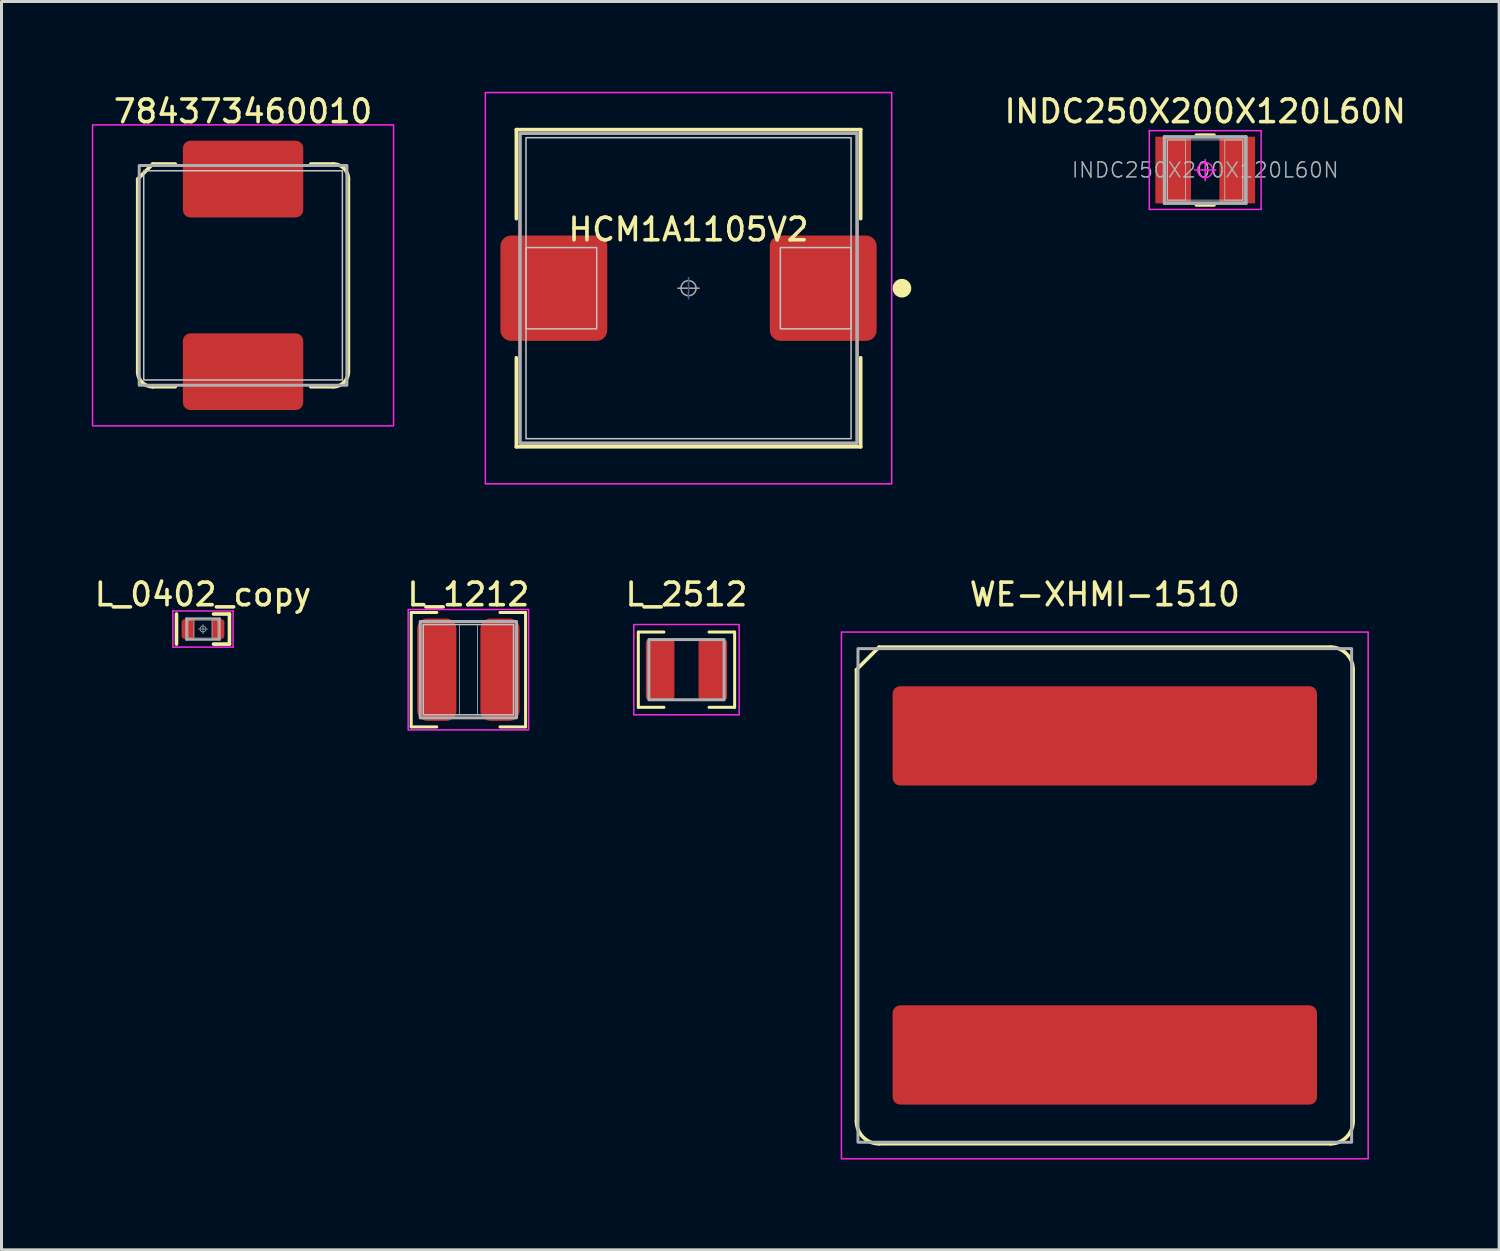
<source format=kicad_pcb>
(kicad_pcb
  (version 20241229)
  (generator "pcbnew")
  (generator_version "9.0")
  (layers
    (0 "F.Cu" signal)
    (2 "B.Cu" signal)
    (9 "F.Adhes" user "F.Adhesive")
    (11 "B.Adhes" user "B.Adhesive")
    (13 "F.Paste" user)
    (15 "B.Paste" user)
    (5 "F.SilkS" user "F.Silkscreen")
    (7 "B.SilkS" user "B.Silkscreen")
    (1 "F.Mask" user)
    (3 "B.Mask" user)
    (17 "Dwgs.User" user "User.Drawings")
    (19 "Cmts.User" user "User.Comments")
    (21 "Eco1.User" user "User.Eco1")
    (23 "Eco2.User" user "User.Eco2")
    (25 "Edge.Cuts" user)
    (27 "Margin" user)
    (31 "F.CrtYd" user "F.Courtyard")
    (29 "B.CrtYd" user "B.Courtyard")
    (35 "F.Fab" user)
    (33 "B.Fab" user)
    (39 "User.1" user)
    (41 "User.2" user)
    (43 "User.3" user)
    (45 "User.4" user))
  (footprint "784373460010"
    (layer "F.Cu")
    (at 5.025 6.099)
    (property "Reference" "784373460010" (at 0 -5.45 0) (unlocked yes) (layer "F.SilkS") (effects (font (size 0.75 0.75) (thickness 0.12))))
    (attr smd)
    (fp_line (start -3.5 3.2) (end -3.5 -3.2) (stroke (width 0.12) (type default)) (layer "F.SilkS"))
    (fp_line (start -3 -3.7) (end -3.5 -3.2) (stroke (width 0.12) (type default)) (layer "F.SilkS"))
    (fp_line (start -3 -3.7) (end -2.25 -3.7) (stroke (width 0.12) (type default)) (layer "F.SilkS"))
    (fp_line (start -3 3.7) (end -2.25 3.7) (stroke (width 0.12) (type default)) (layer "F.SilkS"))
    (fp_line (start 3 -3.7) (end 2.25 -3.7) (stroke (width 0.12) (type default)) (layer "F.SilkS"))
    (fp_line (start 3 3.7) (end 2.25 3.7) (stroke (width 0.12) (type default)) (layer "F.SilkS"))
    (fp_line (start 3.5 -3.2) (end 3.5 3.2) (stroke (width 0.12) (type default)) (layer "F.SilkS"))
    (fp_arc (start -3 3.7) (mid -3.353553 3.553553) (end -3.5 3.2) (stroke (width 0.12) (type default)) (layer "F.SilkS"))
    (fp_arc (start 3 -3.7) (mid 3.353553 -3.553553) (end 3.5 -3.2) (stroke (width 0.12) (type default)) (layer "F.SilkS"))
    (fp_arc (start 3.5 3.2) (mid 3.353553 3.553553) (end 3 3.7) (stroke (width 0.12) (type default)) (layer "F.SilkS"))
    (fp_rect (start -3.3 -3.475) (end 3.3 3.475) (stroke (width 0.05) (type default)) (fill no) (layer "Dwgs.User"))
    (fp_rect (start -5 -5) (end 5 5) (stroke (width 0.05) (type default)) (fill no) (layer "F.CrtYd"))
    (fp_rect (start -3.45 -3.65) (end 3.45 3.65) (stroke (width 0.1) (type default)) (fill no) (layer "F.Fab"))
    (pad "1" smd roundrect (at 0 3.2) (size 4 2.55) (layers "F.Cu" "F.Mask" "F.Paste") (roundrect_rratio 0.098))
    (pad "2" smd roundrect (at 0 -3.2) (size 4 2.55) (layers "F.Cu" "F.Mask" "F.Paste") (roundrect_rratio 0.098)))
  (footprint "L_0402_copy"
    (layer "F.Cu")
    (at 3.694 17.849)
    (property "Reference" "L_0402_copy" (at 0 -1.15 0) (layer "F.SilkS") (effects (font (size 0.75 0.75) (thickness 0.12))))
    (attr smd)
    (fp_line (start -0.88 -0.5) (end -0.88 0.5) (stroke (width 0.12) (type solid)) (layer "F.SilkS"))
    (fp_line (start 0.35 -0.5) (end 0.88 -0.5) (stroke (width 0.12) (type solid)) (layer "F.SilkS"))
    (fp_line (start 0.35 0.5) (end 0.88 0.5) (stroke (width 0.12) (type solid)) (layer "F.SilkS"))
    (fp_line (start 0.88 0.5) (end 0.88 -0.5) (stroke (width 0.12) (type solid)) (layer "F.SilkS"))
    (fp_line (start -0.5 -0.3) (end 0.5 -0.3) (stroke (width 0.025) (type solid)) (layer "Dwgs.User"))
    (fp_line (start -0.5 0.3) (end -0.5 -0.3) (stroke (width 0.025) (type solid)) (layer "Dwgs.User"))
    (fp_line (start -0.3 -0.3) (end -0.3 0.3) (stroke (width 0.025) (type solid)) (layer "Dwgs.User"))
    (fp_line (start 0.3 0.3) (end 0.3 -0.3) (stroke (width 0.025) (type solid)) (layer "Dwgs.User"))
    (fp_line (start 0.5 -0.3) (end 0.5 0.3) (stroke (width 0.025) (type solid)) (layer "Dwgs.User"))
    (fp_line (start 0.5 0.3) (end -0.5 0.3) (stroke (width 0.025) (type solid)) (layer "Dwgs.User"))
    (fp_line (start -1 -0.6) (end 1 -0.6) (stroke (width 0.05) (type solid)) (layer "F.CrtYd"))
    (fp_line (start -1 0.6) (end -1 -0.6) (stroke (width 0.05) (type solid)) (layer "F.CrtYd"))
    (fp_line (start 1 -0.6) (end 1 0.6) (stroke (width 0.05) (type solid)) (layer "F.CrtYd"))
    (fp_line (start 1 0.6) (end -1 0.6) (stroke (width 0.05) (type solid)) (layer "F.CrtYd"))
    (fp_line (start -0.55 -0.35) (end 0.55 -0.35) (stroke (width 0.075) (type solid)) (layer "F.Fab"))
    (fp_line (start -0.55 0.35) (end -0.55 -0.35) (stroke (width 0.075) (type solid)) (layer "F.Fab"))
    (fp_line (start 0 -0.15) (end 0 0.15) (stroke (width 0.025) (type solid)) (layer "F.Fab"))
    (fp_line (start 0.15 0) (end -0.15 0) (stroke (width 0.025) (type solid)) (layer "F.Fab"))
    (fp_line (start 0.55 -0.35) (end 0.55 0.35) (stroke (width 0.075) (type solid)) (layer "F.Fab"))
    (fp_line (start 0.55 0.35) (end -0.55 0.35) (stroke (width 0.075) (type solid)) (layer "F.Fab"))
    (fp_circle (center 0 0) (end 0.1 0) (stroke (width 0.025) (type solid)) (fill no) (layer "F.Fab"))
    (pad "1" smd roundrect (at -0.505 0) (size 0.41 0.66) (layers "F.Cu" "F.Mask" "F.Paste") (roundrect_rratio 0.25))
    (pad "2" smd roundrect (at 0.505 0) (size 0.41 0.66) (layers "F.Cu" "F.Mask" "F.Paste") (roundrect_rratio 0.25)))
  (footprint "L_2512"
    (layer "F.Cu")
    (at 19.757 19.199)
    (property "Reference" "L_2512" (at 0 -2.5 0) (unlocked yes) (layer "F.SilkS") (effects (font (size 0.75 0.75) (thickness 0.12))))
    (attr smd)
    (fp_line (start -1.6 -1.25) (end -0.75 -1.25) (stroke (width 0.1) (type default)) (layer "F.SilkS"))
    (fp_line (start -1.6 1.25) (end -1.6 -1.25) (stroke (width 0.1) (type default)) (layer "F.SilkS"))
    (fp_line (start -0.75 1.25) (end -1.6 1.25) (stroke (width 0.1) (type default)) (layer "F.SilkS"))
    (fp_line (start 0.75 -1.25) (end 1.6 -1.25) (stroke (width 0.1) (type default)) (layer "F.SilkS"))
    (fp_line (start 1.6 -1.25) (end 1.6 1.25) (stroke (width 0.1) (type default)) (layer "F.SilkS"))
    (fp_line (start 1.6 1.25) (end 0.75 1.25) (stroke (width 0.1) (type default)) (layer "F.SilkS"))
    (fp_rect (start -1.75 -1.5) (end 1.75 1.5) (stroke (width 0.05) (type default)) (fill no) (layer "F.CrtYd"))
    (fp_rect (start -1.25 -1) (end 1.25 1) (stroke (width 0.1) (type solid)) (fill no) (layer "F.Fab"))
    (pad "1" smd roundrect (at -0.875 0) (size 0.95 2) (layers "F.Cu" "F.Mask" "F.Paste") (roundrect_rratio 0.105))
    (pad "2" smd roundrect (at 0.875 0) (size 0.95 2) (layers "F.Cu" "F.Mask" "F.Paste") (roundrect_rratio 0.105)))
  (footprint "INDC250X200X120L60N"
    (layer "F.Cu")
    (at 36.991 2.599)
    (property "Reference" "INDC250X200X120L60N" (at 0 -1.95 0) (layer "F.SilkS") (effects (font (size 0.75 0.75) (thickness 0.12))))
    (attr smd)
    (fp_line (start -0.293 -1.16) (end 0.293 -1.16) (stroke (width 0.12) (type solid)) (layer "F.SilkS"))
    (fp_line (start -0.293 1.16) (end 0.293 1.16) (stroke (width 0.12) (type solid)) (layer "F.SilkS"))
    (fp_line (start -1.25 -1) (end -0.65 -1) (stroke (width 0.025) (type solid)) (layer "Dwgs.User"))
    (fp_line (start -1.25 -1) (end 1.25 -1) (stroke (width 0.025) (type solid)) (layer "Dwgs.User"))
    (fp_line (start -1.25 1) (end -1.25 -1) (stroke (width 0.025) (type solid)) (layer "Dwgs.User"))
    (fp_line (start -1.25 1) (end -1.25 -1) (stroke (width 0.025) (type solid)) (layer "Dwgs.User"))
    (fp_line (start -0.65 -1) (end -0.65 1) (stroke (width 0.025) (type solid)) (layer "Dwgs.User"))
    (fp_line (start -0.65 1) (end -1.25 1) (stroke (width 0.025) (type solid)) (layer "Dwgs.User"))
    (fp_line (start 0.65 -1) (end 1.25 -1) (stroke (width 0.025) (type solid)) (layer "Dwgs.User"))
    (fp_line (start 0.65 1) (end 0.65 -1) (stroke (width 0.025) (type solid)) (layer "Dwgs.User"))
    (fp_line (start 1.25 -1) (end 1.25 1) (stroke (width 0.025) (type solid)) (layer "Dwgs.User"))
    (fp_line (start 1.25 -1) (end 1.25 1) (stroke (width 0.025) (type solid)) (layer "Dwgs.User"))
    (fp_line (start 1.25 1) (end -1.25 1) (stroke (width 0.025) (type solid)) (layer "Dwgs.User"))
    (fp_line (start 1.25 1) (end 0.65 1) (stroke (width 0.025) (type solid)) (layer "Dwgs.User"))
    (fp_line (start -1.858 -1.308) (end 1.858 -1.308) (stroke (width 0.05) (type solid)) (layer "F.CrtYd"))
    (fp_line (start -1.858 1.308) (end -1.858 -1.308) (stroke (width 0.05) (type solid)) (layer "F.CrtYd"))
    (fp_line (start 0 -0.35) (end 0 0.35) (stroke (width 0.05) (type solid)) (layer "F.CrtYd"))
    (fp_line (start 0.35 0) (end -0.35 0) (stroke (width 0.05) (type solid)) (layer "F.CrtYd"))
    (fp_line (start 1.858 -1.308) (end 1.858 1.308) (stroke (width 0.05) (type solid)) (layer "F.CrtYd"))
    (fp_line (start 1.858 1.308) (end -1.858 1.308) (stroke (width 0.05) (type solid)) (layer "F.CrtYd"))
    (fp_circle (center 0 0) (end 0 0.25) (stroke (width 0.05) (type solid)) (fill no) (layer "F.CrtYd"))
    (fp_line (start -1.35 -1.1) (end 1.35 -1.1) (stroke (width 0.12) (type solid)) (layer "F.Fab"))
    (fp_line (start -1.35 1.1) (end -1.35 -1.1) (stroke (width 0.12) (type solid)) (layer "F.Fab"))
    (fp_line (start 1.35 -1.1) (end 1.35 1.1) (stroke (width 0.12) (type solid)) (layer "F.Fab"))
    (fp_line (start 1.35 1.1) (end -1.35 1.1) (stroke (width 0.12) (type solid)) (layer "F.Fab"))
    (fp_text user "${REFERENCE}" (at 0 0 0) (layer "F.Fab") (effects (font (size 0.5 0.5) (thickness 0.05))))
    (pad "1" smd rect (at -1.065 0) (size 1.185 2.215) (layers "F.Cu" "F.Mask" "F.Paste"))
    (pad "2" smd rect (at 1.065 0) (size 1.185 2.215) (layers "F.Cu" "F.Mask" "F.Paste")))
  (footprint "L_1212"
    (layer "F.Cu")
    (at 12.511 19.199)
    (property "Reference" "L_1212" (at 0 -2.5 0) (unlocked yes) (layer "F.SilkS") (effects (font (size 0.75 0.75) (thickness 0.12))))
    (attr smd)
    (fp_line (start -1.9 -1.9) (end -1.05 -1.9) (stroke (width 0.1) (type default)) (layer "F.SilkS"))
    (fp_line (start -1.9 1.9) (end -1.9 -1.9) (stroke (width 0.1) (type default)) (layer "F.SilkS"))
    (fp_line (start -1.05 1.9) (end -1.9 1.9) (stroke (width 0.1) (type default)) (layer "F.SilkS"))
    (fp_line (start 1.05 -1.9) (end 1.9 -1.9) (stroke (width 0.1) (type default)) (layer "F.SilkS"))
    (fp_line (start 1.9 -1.9) (end 1.9 1.9) (stroke (width 0.1) (type default)) (layer "F.SilkS"))
    (fp_line (start 1.9 1.9) (end 1.05 1.9) (stroke (width 0.1) (type default)) (layer "F.SilkS"))
    (fp_line (start -0.3 -1.5) (end -0.3 1.5) (stroke (width 0.025) (type default)) (layer "Dwgs.User"))
    (fp_line (start 0.3 -1.5) (end 0.3 1.5) (stroke (width 0.025) (type default)) (layer "Dwgs.User"))
    (fp_rect (start -1.5 -1.5) (end 1.5 1.5) (stroke (width 0.05) (type default)) (fill no) (layer "Dwgs.User"))
    (fp_rect (start -2 -2) (end 2 2) (stroke (width 0.05) (type default)) (fill no) (layer "F.CrtYd"))
    (fp_rect (start -1.6 -1.6) (end 1.6 1.6) (stroke (width 0.1) (type default)) (fill no) (layer "F.Fab"))
    (pad "1" smd roundrect (at -1.05 0) (size 1.3 3.4) (layers "F.Cu" "F.Mask" "F.Paste") (roundrect_rratio 0.25))
    (pad "2" smd roundrect (at 1.05 0) (size 1.3 3.4) (layers "F.Cu" "F.Mask" "F.Paste") (roundrect_rratio 0.25)))
  (footprint "HCM1A1105V2"
    (layer "F.Cu")
    (at 19.825 6.525)
    (property "Reference" "HCM1A1105V2" (at 0 -1.95 0) (layer "F.SilkS") (effects (font (size 0.75 0.75) (thickness 0.12))))
    (attr smd)
    (fp_line (start -5.72 -2.31) (end -5.72 -5.27) (stroke (width 0.12) (type default)) (layer "F.SilkS"))
    (fp_line (start -5.72 5.27) (end -5.72 2.31) (stroke (width 0.12) (type default)) (layer "F.SilkS"))
    (fp_line (start -5.72 5.27) (end 5.72 5.27) (stroke (width 0.12) (type solid)) (layer "F.SilkS"))
    (fp_line (start 5.72 -5.27) (end -5.72 -5.27) (stroke (width 0.12) (type solid)) (layer "F.SilkS"))
    (fp_line (start 5.72 -5.27) (end 5.72 -2.31) (stroke (width 0.12) (type default)) (layer "F.SilkS"))
    (fp_line (start 5.72 2.31) (end 5.72 5.27) (stroke (width 0.12) (type default)) (layer "F.SilkS"))
    (fp_circle (center 7.09 0) (end 7.34 0) (stroke (width 0.12) (type solid)) (fill yes) (layer "F.SilkS"))
    (fp_rect (start -5.4 -5) (end 5.4 5) (stroke (width 0.05) (type default)) (fill no) (layer "Dwgs.User"))
    (fp_rect (start -5.4 -1.35) (end -3.05 1.35) (stroke (width 0.05) (type default)) (fill no) (layer "Dwgs.User"))
    (fp_rect (start 5.4 -1.35) (end 3.05 1.35) (stroke (width 0.05) (type default)) (fill no) (layer "Dwgs.User"))
    (fp_rect (start -6.75 -6.5) (end 6.75 6.5) (stroke (width 0.05) (type default)) (fill no) (layer "F.CrtYd"))
    (fp_line (start 0 -0.35) (end 0 0.35) (stroke (width 0.05) (type solid)) (layer "B.Fab"))
    (fp_line (start 0.35 0) (end -0.35 0) (stroke (width 0.05) (type solid)) (layer "F.Fab"))
    (fp_rect (start -5.6 -5.15) (end 5.6 5.15) (stroke (width 0.12) (type default)) (fill no) (layer "F.Fab"))
    (fp_circle (center 0 0) (end 0.25 0) (stroke (width 0.05) (type solid)) (fill no) (layer "F.Fab"))
    (pad "1" smd roundrect (at 4.475 0) (size 3.55 3.5) (layers "F.Cu" "F.Mask" "F.Paste") (roundrect_rratio 0.1))
    (pad "2" smd roundrect (at -4.475 0) (size 3.55 3.5) (layers "F.Cu" "F.Mask" "F.Paste") (roundrect_rratio 0.1)))
  (footprint "WE-XHMI-1510"
    (layer "F.Cu")
    (at 33.655 26.699)
    (property "Reference" "WE-XHMI-1510" (at 0 -10 0) (unlocked yes) (layer "F.SilkS") (effects (font (size 0.75 0.75) (thickness 0.12))))
    (attr smd)
    (fp_line (start -8.25 -7.5) (end -8.25 7.5) (stroke (width 0.12) (type solid)) (layer "F.SilkS"))
    (fp_line (start -7.5 -8.25) (end -8.25 -7.5) (stroke (width 0.12) (type solid)) (layer "F.SilkS"))
    (fp_line (start -7.5 8.25) (end 7.5 8.25) (stroke (width 0.12) (type solid)) (layer "F.SilkS"))
    (fp_line (start 7.5 -8.25) (end -7.5 -8.25) (stroke (width 0.12) (type solid)) (layer "F.SilkS"))
    (fp_line (start 8.25 7.5) (end 8.25 -7.5) (stroke (width 0.12) (type solid)) (layer "F.SilkS"))
    (fp_arc (start -7.5 8.25) (mid -8.03033 8.03033) (end -8.25 7.5) (stroke (width 0.12) (type solid)) (layer "F.SilkS"))
    (fp_arc (start 7.5 -8.25) (mid 8.03033 -8.03033) (end 8.25 -7.5) (stroke (width 0.12) (type solid)) (layer "F.SilkS"))
    (fp_arc (start 8.25 7.5) (mid 8.03033 8.03033) (end 7.5 8.25) (stroke (width 0.12) (type solid)) (layer "F.SilkS"))
    (fp_rect (start -8.75 -8.75) (end 8.75 8.75) (stroke (width 0.05) (type solid)) (fill no) (layer "F.CrtYd"))
    (fp_rect (start -8.2 -8.2) (end 8.2 8.2) (stroke (width 0.1) (type solid)) (fill no) (layer "F.Fab"))
    (pad "1" smd roundrect (at 0 5.3) (size 14.1 3.3) (layers "F.Cu" "F.Mask" "F.Paste") (roundrect_rratio 0.076))
    (pad "2" smd roundrect (at 0 -5.3) (size 14.1 3.3) (layers "F.Cu" "F.Mask" "F.Paste") (roundrect_rratio 0.076)))
  (gr_rect
    (start -3 -3)
    (end 46.756 38.474)
    (stroke (width 0.1) (type default))
    (fill no)
    (layer "Edge.Cuts")))
</source>
